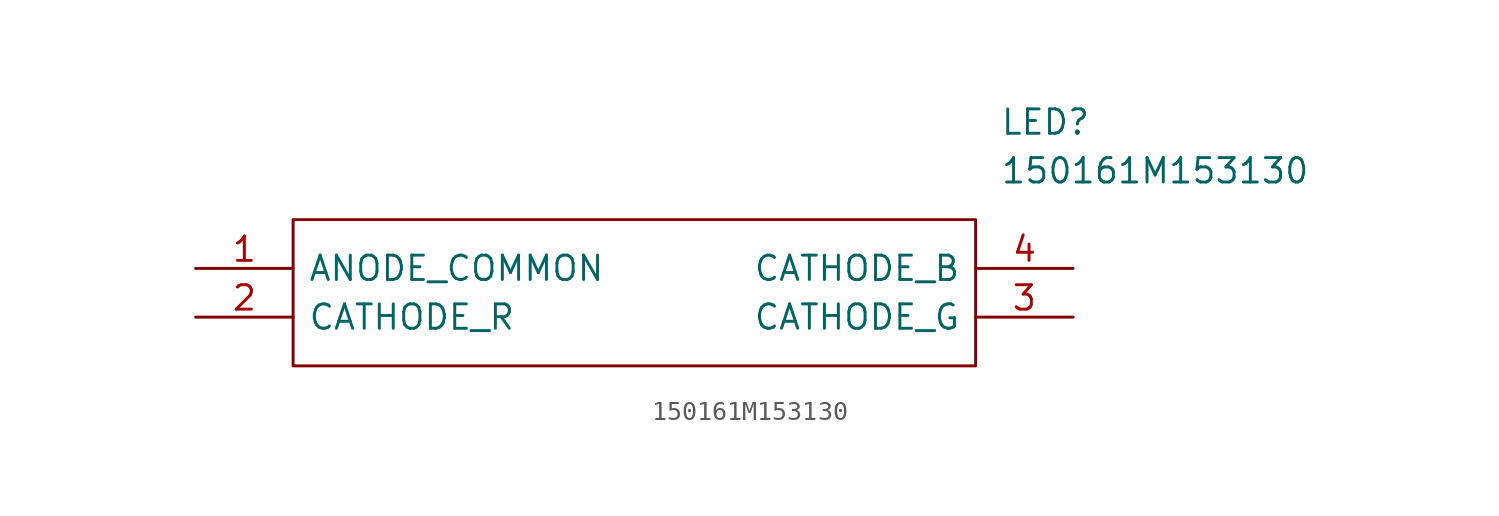
<source format=kicad_sym>
(kicad_symbol_lib
  (version 20211014)
  (generator kicad_symbol_editor)
  (symbol "150161M153130"
    (pin_names
      (offset 0.762))
    (property "Reference" "LED"
      (at 41.91 7.62 0)
      (effects (font (size 1.27 1.27)) (justify left)))
    (property "Value" "150161M153130"
      (at 41.91 5.08 0)
      (effects (font (size 1.27 1.27)) (justify left)))
    (symbol "150161M153130_0_0"
      (pin passive line (at 0 0 0) (length 5.08) (name "ANODE_COMMON" (effects (font (size 1.27 1.27)))) (number "1" (effects (font (size 1.27 1.27)))))
      (pin passive line (at 0 -2.54 0) (length 5.08) (name "CATHODE_R" (effects (font (size 1.27 1.27)))) (number "2" (effects (font (size 1.27 1.27)))))
      (pin passive line (at 45.72 -2.54 180) (length 5.08) (name "CATHODE_G" (effects (font (size 1.27 1.27)))) (number "3" (effects (font (size 1.27 1.27)))))
      (pin passive line (at 45.72 0 180) (length 5.08) (name "CATHODE_B" (effects (font (size 1.27 1.27)))) (number "4" (effects (font (size 1.27 1.27))))))
    (symbol "150161M153130_0_1"
      (polyline (pts (xy 5.08 2.54) (xy 40.64 2.54) (xy 40.64 -5.08) (xy 5.08 -5.08) (xy 5.08 2.54)) (stroke (width 0.152) (type default) (color 0 0 0 0)) (fill (type none))))))
</source>
